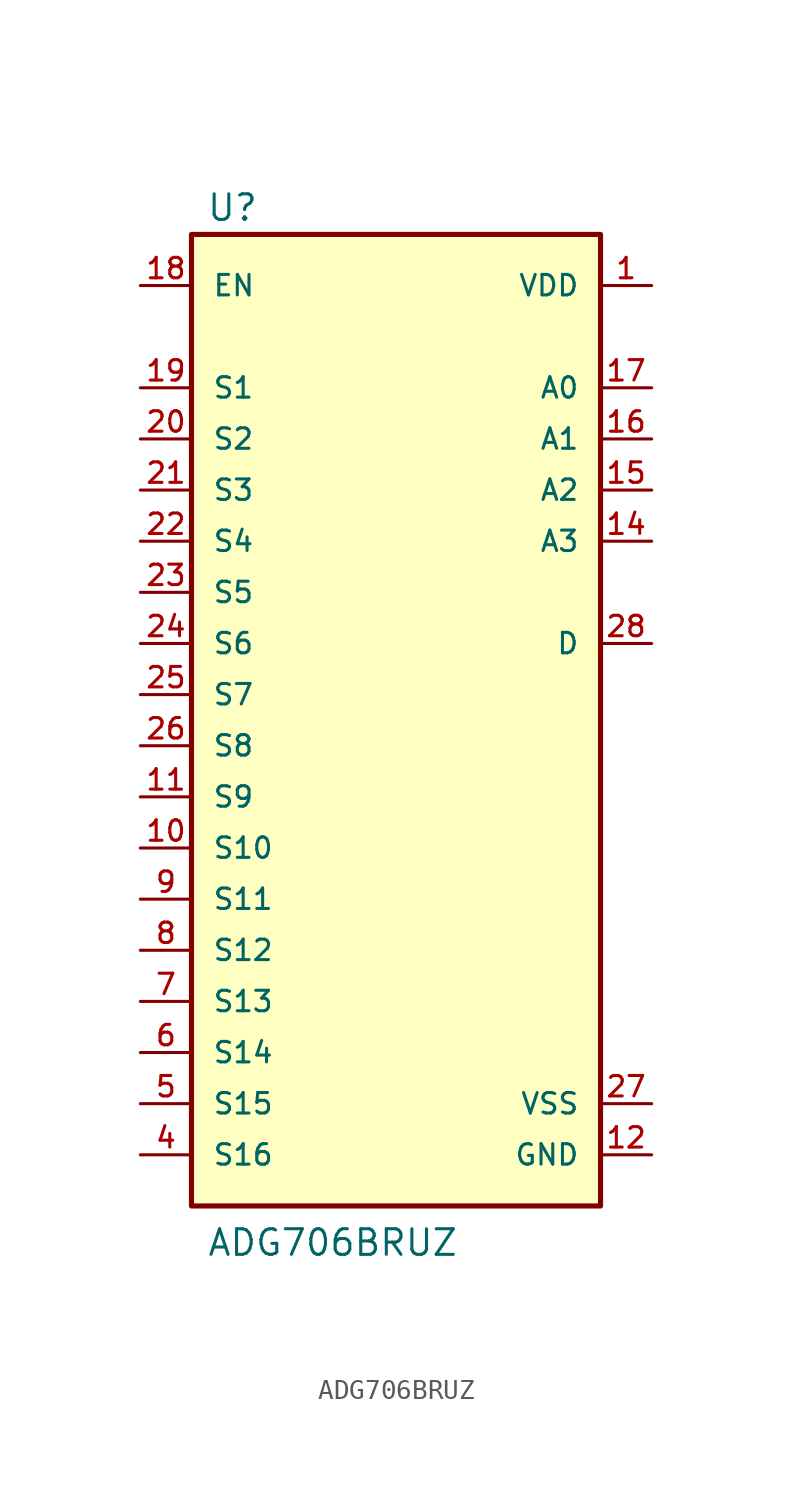
<source format=kicad_sym>
(kicad_symbol_lib
  (version 20241209)
  (generator "kicad_symbol_editor")
  (generator_version "9.0")
  (symbol "ADG706BRUZ"
    (pin_names
      (offset 1.016))
    (property "Reference" "U"
      (at -9.435 24.714 0)
      (effects (font (size 1.27 1.27)) (justify left bottom)))
    (property "Value" "ADG706BRUZ"
      (at -9.411 -26.696 0)
      (effects (font (size 1.27 1.27)) (justify left bottom)))
    (symbol "ADG706BRUZ_0_0"
      (rectangle (start -10.16 24.13) (end 10.16 -24.13) (stroke (width 0.254) (type default)) (fill (type background)))
      (pin input line (at -12.7 21.59 0) (length 2.54) (name "EN" (effects (font (size 1.016 1.016)))) (number "18" (effects (font (size 1.016 1.016)))))
      (pin bidirectional line (at -12.7 16.51 0) (length 2.54) (name "S1" (effects (font (size 1.016 1.016)))) (number "19" (effects (font (size 1.016 1.016)))))
      (pin bidirectional line (at -12.7 13.97 0) (length 2.54) (name "S2" (effects (font (size 1.016 1.016)))) (number "20" (effects (font (size 1.016 1.016)))))
      (pin bidirectional line (at -12.7 11.43 0) (length 2.54) (name "S3" (effects (font (size 1.016 1.016)))) (number "21" (effects (font (size 1.016 1.016)))))
      (pin bidirectional line (at -12.7 8.89 0) (length 2.54) (name "S4" (effects (font (size 1.016 1.016)))) (number "22" (effects (font (size 1.016 1.016)))))
      (pin bidirectional line (at -12.7 6.35 0) (length 2.54) (name "S5" (effects (font (size 1.016 1.016)))) (number "23" (effects (font (size 1.016 1.016)))))
      (pin bidirectional line (at -12.7 3.81 0) (length 2.54) (name "S6" (effects (font (size 1.016 1.016)))) (number "24" (effects (font (size 1.016 1.016)))))
      (pin bidirectional line (at -12.7 1.27 0) (length 2.54) (name "S7" (effects (font (size 1.016 1.016)))) (number "25" (effects (font (size 1.016 1.016)))))
      (pin bidirectional line (at -12.7 -1.27 0) (length 2.54) (name "S8" (effects (font (size 1.016 1.016)))) (number "26" (effects (font (size 1.016 1.016)))))
      (pin bidirectional line (at -12.7 -3.81 0) (length 2.54) (name "S9" (effects (font (size 1.016 1.016)))) (number "11" (effects (font (size 1.016 1.016)))))
      (pin bidirectional line (at -12.7 -6.35 0) (length 2.54) (name "S10" (effects (font (size 1.016 1.016)))) (number "10" (effects (font (size 1.016 1.016)))))
      (pin bidirectional line (at -12.7 -8.89 0) (length 2.54) (name "S11" (effects (font (size 1.016 1.016)))) (number "9" (effects (font (size 1.016 1.016)))))
      (pin bidirectional line (at -12.7 -11.43 0) (length 2.54) (name "S12" (effects (font (size 1.016 1.016)))) (number "8" (effects (font (size 1.016 1.016)))))
      (pin bidirectional line (at -12.7 -13.97 0) (length 2.54) (name "S13" (effects (font (size 1.016 1.016)))) (number "7" (effects (font (size 1.016 1.016)))))
      (pin bidirectional line (at -12.7 -16.51 0) (length 2.54) (name "S14" (effects (font (size 1.016 1.016)))) (number "6" (effects (font (size 1.016 1.016)))))
      (pin bidirectional line (at -12.7 -19.05 0) (length 2.54) (name "S15" (effects (font (size 1.016 1.016)))) (number "5" (effects (font (size 1.016 1.016)))))
      (pin bidirectional line (at -12.7 -21.59 0) (length 2.54) (name "S16" (effects (font (size 1.016 1.016)))) (number "4" (effects (font (size 1.016 1.016)))))
      (pin power_in line (at 12.7 21.59 180) (length 2.54) (name "VDD" (effects (font (size 1.016 1.016)))) (number "1" (effects (font (size 1.016 1.016)))))
      (pin input line (at 12.7 16.51 180) (length 2.54) (name "A0" (effects (font (size 1.016 1.016)))) (number "17" (effects (font (size 1.016 1.016)))))
      (pin input line (at 12.7 13.97 180) (length 2.54) (name "A1" (effects (font (size 1.016 1.016)))) (number "16" (effects (font (size 1.016 1.016)))))
      (pin input line (at 12.7 11.43 180) (length 2.54) (name "A2" (effects (font (size 1.016 1.016)))) (number "15" (effects (font (size 1.016 1.016)))))
      (pin input line (at 12.7 8.89 180) (length 2.54) (name "A3" (effects (font (size 1.016 1.016)))) (number "14" (effects (font (size 1.016 1.016)))))
      (pin bidirectional line (at 12.7 3.81 180) (length 2.54) (name "D" (effects (font (size 1.016 1.016)))) (number "28" (effects (font (size 1.016 1.016)))))
      (pin power_in line (at 12.7 -19.05 180) (length 2.54) (name "VSS" (effects (font (size 1.016 1.016)))) (number "27" (effects (font (size 1.016 1.016)))))
      (pin power_in line (at 12.7 -21.59 180) (length 2.54) (name "GND" (effects (font (size 1.016 1.016)))) (number "12" (effects (font (size 1.016 1.016))))))))
</source>
